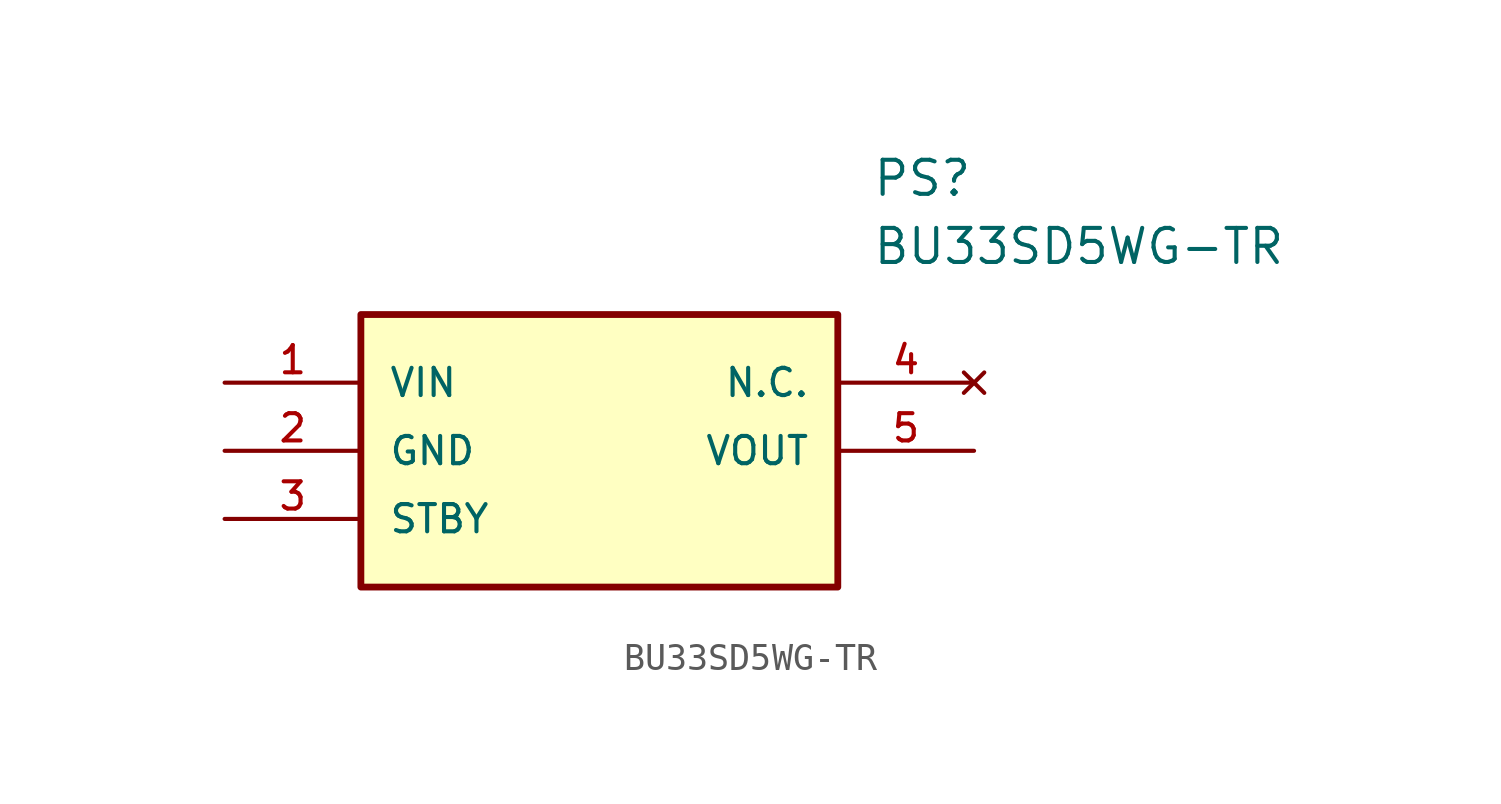
<source format=kicad_sym>
(kicad_symbol_lib
  (version 20211014)
  (generator kicad_symbol_editor)
  (symbol "BU33SD5WG-TR"
    (pin_names
      (offset 1.016))
    (property "Reference" "PS"
      (at 24.13 7.62 0)
      (effects (font (size 1.27 1.27)) (justify left)))
    (property "Value" "BU33SD5WG-TR"
      (at 24.13 5.08 0)
      (effects (font (size 1.27 1.27)) (justify left)))
    (symbol "BU33SD5WG-TR_0_0"
      (rectangle (start 5.08 -7.62) (end 22.86 2.54) (stroke (width 0.254)) (fill (type background)))
      (pin bidirectional line (at 0.0 0.0 0) (length 5.08) (name "VIN" (effects (font (size 1.016 1.016)))) (number "1" (effects (font (size 1.016 1.016)))))
      (pin bidirectional line (at 0.0 -2.54 0) (length 5.08) (name "GND" (effects (font (size 1.016 1.016)))) (number "2" (effects (font (size 1.016 1.016)))))
      (pin bidirectional line (at 0.0 -5.08 0) (length 5.08) (name "STBY" (effects (font (size 1.016 1.016)))) (number "3" (effects (font (size 1.016 1.016)))))
      (pin no_connect line (at 27.94 0.0 180.0) (length 5.08) (name "N.C." (effects (font (size 1.016 1.016)))) (number "4" (effects (font (size 1.016 1.016)))))
      (pin bidirectional line (at 27.94 -2.54 180.0) (length 5.08) (name "VOUT" (effects (font (size 1.016 1.016)))) (number "5" (effects (font (size 1.016 1.016))))))))
</source>
